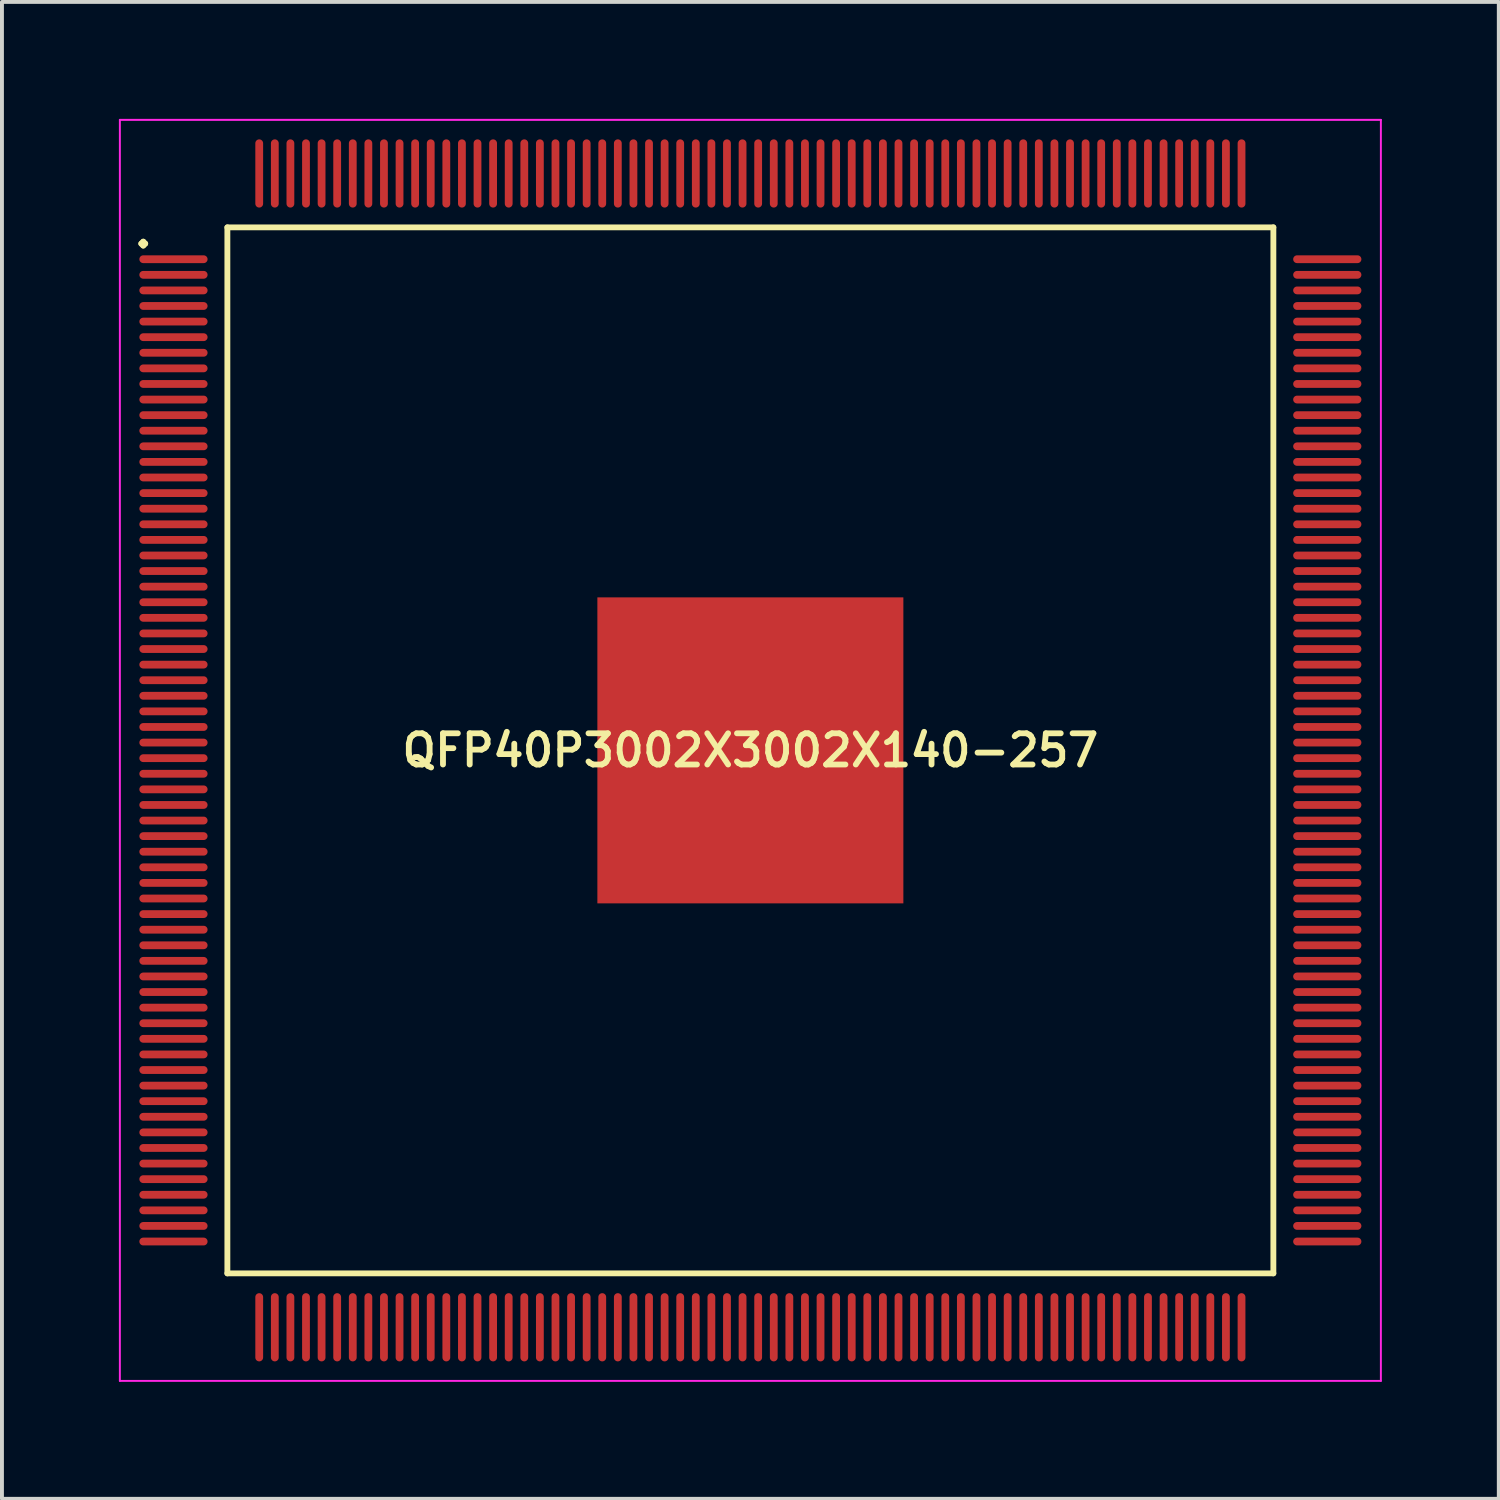
<source format=kicad_pcb>
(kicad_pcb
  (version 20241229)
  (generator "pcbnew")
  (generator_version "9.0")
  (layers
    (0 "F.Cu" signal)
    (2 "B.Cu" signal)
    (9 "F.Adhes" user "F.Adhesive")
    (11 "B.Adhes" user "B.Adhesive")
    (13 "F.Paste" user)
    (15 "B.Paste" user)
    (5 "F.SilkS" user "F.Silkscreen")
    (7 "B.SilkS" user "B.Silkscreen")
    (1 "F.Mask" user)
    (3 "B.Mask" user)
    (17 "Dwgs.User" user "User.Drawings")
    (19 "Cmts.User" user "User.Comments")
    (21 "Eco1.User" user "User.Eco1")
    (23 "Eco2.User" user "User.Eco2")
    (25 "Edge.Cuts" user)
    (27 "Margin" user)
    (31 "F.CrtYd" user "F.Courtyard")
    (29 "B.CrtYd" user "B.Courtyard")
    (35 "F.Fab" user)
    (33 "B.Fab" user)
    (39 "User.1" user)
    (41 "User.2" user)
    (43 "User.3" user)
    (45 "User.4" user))
  (footprint "QFP40P3002X3002X140-257"
    (layer "F.Cu")
    (at 16.2 16.2)
    (property "Reference" "QFP40P3002X3002X140-257" (at 0 0 0) (layer "F.SilkS") (effects (font (size 0.8 0.8) (thickness 0.15))))
    (attr smd)
    (fp_line (start -15.625 -13) (end -15.575 -13.05) (stroke (width 0.15) (type solid)) (layer "F.SilkS"))
    (fp_line (start -15.575 -13.05) (end -15.525 -13) (stroke (width 0.15) (type solid)) (layer "F.SilkS"))
    (fp_line (start -15.575 -12.95) (end -15.625 -13) (stroke (width 0.15) (type solid)) (layer "F.SilkS"))
    (fp_line (start -15.525 -13) (end -15.575 -12.95) (stroke (width 0.15) (type solid)) (layer "F.SilkS"))
    (fp_line (start -13.417 -13.417) (end -13.417 13.417) (stroke (width 0.15) (type solid)) (layer "F.SilkS"))
    (fp_line (start -13.417 13.417) (end 13.417 13.417) (stroke (width 0.15) (type solid)) (layer "F.SilkS"))
    (fp_line (start 13.417 -13.417) (end -13.417 -13.417) (stroke (width 0.15) (type solid)) (layer "F.SilkS"))
    (fp_line (start 13.417 13.417) (end 13.417 -13.417) (stroke (width 0.15) (type solid)) (layer "F.SilkS"))
    (fp_line (start -16.175 -16.175) (end 16.175 -16.175) (stroke (width 0.05) (type solid)) (layer "F.CrtYd"))
    (fp_line (start -16.175 16.175) (end -16.175 -16.175) (stroke (width 0.05) (type solid)) (layer "F.CrtYd"))
    (fp_line (start 16.175 -16.175) (end 16.175 16.175) (stroke (width 0.05) (type solid)) (layer "F.CrtYd"))
    (fp_line (start 16.175 16.175) (end -16.175 16.175) (stroke (width 0.05) (type solid)) (layer "F.CrtYd"))
    (pad "1" smd oval (at -14.8 -12.6) (size 1.75 0.2) (layers "F.Cu" "F.Mask" "F.Paste"))
    (pad "2" smd oval (at -14.8 -12.2) (size 1.75 0.2) (layers "F.Cu" "F.Mask" "F.Paste"))
    (pad "3" smd oval (at -14.8 -11.8) (size 1.75 0.2) (layers "F.Cu" "F.Mask" "F.Paste"))
    (pad "4" smd oval (at -14.8 -11.4) (size 1.75 0.2) (layers "F.Cu" "F.Mask" "F.Paste"))
    (pad "5" smd oval (at -14.8 -11) (size 1.75 0.2) (layers "F.Cu" "F.Mask" "F.Paste"))
    (pad "6" smd oval (at -14.8 -10.6) (size 1.75 0.2) (layers "F.Cu" "F.Mask" "F.Paste"))
    (pad "7" smd oval (at -14.8 -10.2) (size 1.75 0.2) (layers "F.Cu" "F.Mask" "F.Paste"))
    (pad "8" smd oval (at -14.8 -9.8) (size 1.75 0.2) (layers "F.Cu" "F.Mask" "F.Paste"))
    (pad "9" smd oval (at -14.8 -9.4) (size 1.75 0.2) (layers "F.Cu" "F.Mask" "F.Paste"))
    (pad "10" smd oval (at -14.8 -9) (size 1.75 0.2) (layers "F.Cu" "F.Mask" "F.Paste"))
    (pad "11" smd oval (at -14.8 -8.6) (size 1.75 0.2) (layers "F.Cu" "F.Mask" "F.Paste"))
    (pad "12" smd oval (at -14.8 -8.2) (size 1.75 0.2) (layers "F.Cu" "F.Mask" "F.Paste"))
    (pad "13" smd oval (at -14.8 -7.8) (size 1.75 0.2) (layers "F.Cu" "F.Mask" "F.Paste"))
    (pad "14" smd oval (at -14.8 -7.4) (size 1.75 0.2) (layers "F.Cu" "F.Mask" "F.Paste"))
    (pad "15" smd oval (at -14.8 -7) (size 1.75 0.2) (layers "F.Cu" "F.Mask" "F.Paste"))
    (pad "16" smd oval (at -14.8 -6.6) (size 1.75 0.2) (layers "F.Cu" "F.Mask" "F.Paste"))
    (pad "17" smd oval (at -14.8 -6.2) (size 1.75 0.2) (layers "F.Cu" "F.Mask" "F.Paste"))
    (pad "18" smd oval (at -14.8 -5.8) (size 1.75 0.2) (layers "F.Cu" "F.Mask" "F.Paste"))
    (pad "19" smd oval (at -14.8 -5.4) (size 1.75 0.2) (layers "F.Cu" "F.Mask" "F.Paste"))
    (pad "20" smd oval (at -14.8 -5) (size 1.75 0.2) (layers "F.Cu" "F.Mask" "F.Paste"))
    (pad "21" smd oval (at -14.8 -4.6) (size 1.75 0.2) (layers "F.Cu" "F.Mask" "F.Paste"))
    (pad "22" smd oval (at -14.8 -4.2) (size 1.75 0.2) (layers "F.Cu" "F.Mask" "F.Paste"))
    (pad "23" smd oval (at -14.8 -3.8) (size 1.75 0.2) (layers "F.Cu" "F.Mask" "F.Paste"))
    (pad "24" smd oval (at -14.8 -3.4) (size 1.75 0.2) (layers "F.Cu" "F.Mask" "F.Paste"))
    (pad "25" smd oval (at -14.8 -3) (size 1.75 0.2) (layers "F.Cu" "F.Mask" "F.Paste"))
    (pad "26" smd oval (at -14.8 -2.6) (size 1.75 0.2) (layers "F.Cu" "F.Mask" "F.Paste"))
    (pad "27" smd oval (at -14.8 -2.2) (size 1.75 0.2) (layers "F.Cu" "F.Mask" "F.Paste"))
    (pad "28" smd oval (at -14.8 -1.8) (size 1.75 0.2) (layers "F.Cu" "F.Mask" "F.Paste"))
    (pad "29" smd oval (at -14.8 -1.4) (size 1.75 0.2) (layers "F.Cu" "F.Mask" "F.Paste"))
    (pad "30" smd oval (at -14.8 -1) (size 1.75 0.2) (layers "F.Cu" "F.Mask" "F.Paste"))
    (pad "31" smd oval (at -14.8 -0.6) (size 1.75 0.2) (layers "F.Cu" "F.Mask" "F.Paste"))
    (pad "32" smd oval (at -14.8 -0.2) (size 1.75 0.2) (layers "F.Cu" "F.Mask" "F.Paste"))
    (pad "33" smd oval (at -14.8 0.2) (size 1.75 0.2) (layers "F.Cu" "F.Mask" "F.Paste"))
    (pad "34" smd oval (at -14.8 0.6) (size 1.75 0.2) (layers "F.Cu" "F.Mask" "F.Paste"))
    (pad "35" smd oval (at -14.8 1) (size 1.75 0.2) (layers "F.Cu" "F.Mask" "F.Paste"))
    (pad "36" smd oval (at -14.8 1.4) (size 1.75 0.2) (layers "F.Cu" "F.Mask" "F.Paste"))
    (pad "37" smd oval (at -14.8 1.8) (size 1.75 0.2) (layers "F.Cu" "F.Mask" "F.Paste"))
    (pad "38" smd oval (at -14.8 2.2) (size 1.75 0.2) (layers "F.Cu" "F.Mask" "F.Paste"))
    (pad "39" smd oval (at -14.8 2.6) (size 1.75 0.2) (layers "F.Cu" "F.Mask" "F.Paste"))
    (pad "40" smd oval (at -14.8 3) (size 1.75 0.2) (layers "F.Cu" "F.Mask" "F.Paste"))
    (pad "41" smd oval (at -14.8 3.4) (size 1.75 0.2) (layers "F.Cu" "F.Mask" "F.Paste"))
    (pad "42" smd oval (at -14.8 3.8) (size 1.75 0.2) (layers "F.Cu" "F.Mask" "F.Paste"))
    (pad "43" smd oval (at -14.8 4.2) (size 1.75 0.2) (layers "F.Cu" "F.Mask" "F.Paste"))
    (pad "44" smd oval (at -14.8 4.6) (size 1.75 0.2) (layers "F.Cu" "F.Mask" "F.Paste"))
    (pad "45" smd oval (at -14.8 5) (size 1.75 0.2) (layers "F.Cu" "F.Mask" "F.Paste"))
    (pad "46" smd oval (at -14.8 5.4) (size 1.75 0.2) (layers "F.Cu" "F.Mask" "F.Paste"))
    (pad "47" smd oval (at -14.8 5.8) (size 1.75 0.2) (layers "F.Cu" "F.Mask" "F.Paste"))
    (pad "48" smd oval (at -14.8 6.2) (size 1.75 0.2) (layers "F.Cu" "F.Mask" "F.Paste"))
    (pad "49" smd oval (at -14.8 6.6) (size 1.75 0.2) (layers "F.Cu" "F.Mask" "F.Paste"))
    (pad "50" smd oval (at -14.8 7) (size 1.75 0.2) (layers "F.Cu" "F.Mask" "F.Paste"))
    (pad "51" smd oval (at -14.8 7.4) (size 1.75 0.2) (layers "F.Cu" "F.Mask" "F.Paste"))
    (pad "52" smd oval (at -14.8 7.8) (size 1.75 0.2) (layers "F.Cu" "F.Mask" "F.Paste"))
    (pad "53" smd oval (at -14.8 8.2) (size 1.75 0.2) (layers "F.Cu" "F.Mask" "F.Paste"))
    (pad "54" smd oval (at -14.8 8.6) (size 1.75 0.2) (layers "F.Cu" "F.Mask" "F.Paste"))
    (pad "55" smd oval (at -14.8 9) (size 1.75 0.2) (layers "F.Cu" "F.Mask" "F.Paste"))
    (pad "56" smd oval (at -14.8 9.4) (size 1.75 0.2) (layers "F.Cu" "F.Mask" "F.Paste"))
    (pad "57" smd oval (at -14.8 9.8) (size 1.75 0.2) (layers "F.Cu" "F.Mask" "F.Paste"))
    (pad "58" smd oval (at -14.8 10.2) (size 1.75 0.2) (layers "F.Cu" "F.Mask" "F.Paste"))
    (pad "59" smd oval (at -14.8 10.6) (size 1.75 0.2) (layers "F.Cu" "F.Mask" "F.Paste"))
    (pad "60" smd oval (at -14.8 11) (size 1.75 0.2) (layers "F.Cu" "F.Mask" "F.Paste"))
    (pad "61" smd oval (at -14.8 11.4) (size 1.75 0.2) (layers "F.Cu" "F.Mask" "F.Paste"))
    (pad "62" smd oval (at -14.8 11.8) (size 1.75 0.2) (layers "F.Cu" "F.Mask" "F.Paste"))
    (pad "63" smd oval (at -14.8 12.2) (size 1.75 0.2) (layers "F.Cu" "F.Mask" "F.Paste"))
    (pad "64" smd oval (at -14.8 12.6) (size 1.75 0.2) (layers "F.Cu" "F.Mask" "F.Paste"))
    (pad "65" smd oval (at -12.6 14.8) (size 0.2 1.75) (layers "F.Cu" "F.Mask" "F.Paste"))
    (pad "66" smd oval (at -12.2 14.8) (size 0.2 1.75) (layers "F.Cu" "F.Mask" "F.Paste"))
    (pad "67" smd oval (at -11.8 14.8) (size 0.2 1.75) (layers "F.Cu" "F.Mask" "F.Paste"))
    (pad "68" smd oval (at -11.4 14.8) (size 0.2 1.75) (layers "F.Cu" "F.Mask" "F.Paste"))
    (pad "69" smd oval (at -11 14.8) (size 0.2 1.75) (layers "F.Cu" "F.Mask" "F.Paste"))
    (pad "70" smd oval (at -10.6 14.8) (size 0.2 1.75) (layers "F.Cu" "F.Mask" "F.Paste"))
    (pad "71" smd oval (at -10.2 14.8) (size 0.2 1.75) (layers "F.Cu" "F.Mask" "F.Paste"))
    (pad "72" smd oval (at -9.8 14.8) (size 0.2 1.75) (layers "F.Cu" "F.Mask" "F.Paste"))
    (pad "73" smd oval (at -9.4 14.8) (size 0.2 1.75) (layers "F.Cu" "F.Mask" "F.Paste"))
    (pad "74" smd oval (at -9 14.8) (size 0.2 1.75) (layers "F.Cu" "F.Mask" "F.Paste"))
    (pad "75" smd oval (at -8.6 14.8) (size 0.2 1.75) (layers "F.Cu" "F.Mask" "F.Paste"))
    (pad "76" smd oval (at -8.2 14.8) (size 0.2 1.75) (layers "F.Cu" "F.Mask" "F.Paste"))
    (pad "77" smd oval (at -7.8 14.8) (size 0.2 1.75) (layers "F.Cu" "F.Mask" "F.Paste"))
    (pad "78" smd oval (at -7.4 14.8) (size 0.2 1.75) (layers "F.Cu" "F.Mask" "F.Paste"))
    (pad "79" smd oval (at -7 14.8) (size 0.2 1.75) (layers "F.Cu" "F.Mask" "F.Paste"))
    (pad "80" smd oval (at -6.6 14.8) (size 0.2 1.75) (layers "F.Cu" "F.Mask" "F.Paste"))
    (pad "81" smd oval (at -6.2 14.8) (size 0.2 1.75) (layers "F.Cu" "F.Mask" "F.Paste"))
    (pad "82" smd oval (at -5.8 14.8) (size 0.2 1.75) (layers "F.Cu" "F.Mask" "F.Paste"))
    (pad "83" smd oval (at -5.4 14.8) (size 0.2 1.75) (layers "F.Cu" "F.Mask" "F.Paste"))
    (pad "84" smd oval (at -5 14.8) (size 0.2 1.75) (layers "F.Cu" "F.Mask" "F.Paste"))
    (pad "85" smd oval (at -4.6 14.8) (size 0.2 1.75) (layers "F.Cu" "F.Mask" "F.Paste"))
    (pad "86" smd oval (at -4.2 14.8) (size 0.2 1.75) (layers "F.Cu" "F.Mask" "F.Paste"))
    (pad "87" smd oval (at -3.8 14.8) (size 0.2 1.75) (layers "F.Cu" "F.Mask" "F.Paste"))
    (pad "88" smd oval (at -3.4 14.8) (size 0.2 1.75) (layers "F.Cu" "F.Mask" "F.Paste"))
    (pad "89" smd oval (at -3 14.8) (size 0.2 1.75) (layers "F.Cu" "F.Mask" "F.Paste"))
    (pad "90" smd oval (at -2.6 14.8) (size 0.2 1.75) (layers "F.Cu" "F.Mask" "F.Paste"))
    (pad "91" smd oval (at -2.2 14.8) (size 0.2 1.75) (layers "F.Cu" "F.Mask" "F.Paste"))
    (pad "92" smd oval (at -1.8 14.8) (size 0.2 1.75) (layers "F.Cu" "F.Mask" "F.Paste"))
    (pad "93" smd oval (at -1.4 14.8) (size 0.2 1.75) (layers "F.Cu" "F.Mask" "F.Paste"))
    (pad "94" smd oval (at -1 14.8) (size 0.2 1.75) (layers "F.Cu" "F.Mask" "F.Paste"))
    (pad "95" smd oval (at -0.6 14.8) (size 0.2 1.75) (layers "F.Cu" "F.Mask" "F.Paste"))
    (pad "96" smd oval (at -0.2 14.8) (size 0.2 1.75) (layers "F.Cu" "F.Mask" "F.Paste"))
    (pad "97" smd oval (at 0.2 14.8) (size 0.2 1.75) (layers "F.Cu" "F.Mask" "F.Paste"))
    (pad "98" smd oval (at 0.6 14.8) (size 0.2 1.75) (layers "F.Cu" "F.Mask" "F.Paste"))
    (pad "99" smd oval (at 1 14.8) (size 0.2 1.75) (layers "F.Cu" "F.Mask" "F.Paste"))
    (pad "100" smd oval (at 1.4 14.8) (size 0.2 1.75) (layers "F.Cu" "F.Mask" "F.Paste"))
    (pad "101" smd oval (at 1.8 14.8) (size 0.2 1.75) (layers "F.Cu" "F.Mask" "F.Paste"))
    (pad "102" smd oval (at 2.2 14.8) (size 0.2 1.75) (layers "F.Cu" "F.Mask" "F.Paste"))
    (pad "103" smd oval (at 2.6 14.8) (size 0.2 1.75) (layers "F.Cu" "F.Mask" "F.Paste"))
    (pad "104" smd oval (at 3 14.8) (size 0.2 1.75) (layers "F.Cu" "F.Mask" "F.Paste"))
    (pad "105" smd oval (at 3.4 14.8) (size 0.2 1.75) (layers "F.Cu" "F.Mask" "F.Paste"))
    (pad "106" smd oval (at 3.8 14.8) (size 0.2 1.75) (layers "F.Cu" "F.Mask" "F.Paste"))
    (pad "107" smd oval (at 4.2 14.8) (size 0.2 1.75) (layers "F.Cu" "F.Mask" "F.Paste"))
    (pad "108" smd oval (at 4.6 14.8) (size 0.2 1.75) (layers "F.Cu" "F.Mask" "F.Paste"))
    (pad "109" smd oval (at 5 14.8) (size 0.2 1.75) (layers "F.Cu" "F.Mask" "F.Paste"))
    (pad "110" smd oval (at 5.4 14.8) (size 0.2 1.75) (layers "F.Cu" "F.Mask" "F.Paste"))
    (pad "111" smd oval (at 5.8 14.8) (size 0.2 1.75) (layers "F.Cu" "F.Mask" "F.Paste"))
    (pad "112" smd oval (at 6.2 14.8) (size 0.2 1.75) (layers "F.Cu" "F.Mask" "F.Paste"))
    (pad "113" smd oval (at 6.6 14.8) (size 0.2 1.75) (layers "F.Cu" "F.Mask" "F.Paste"))
    (pad "114" smd oval (at 7 14.8) (size 0.2 1.75) (layers "F.Cu" "F.Mask" "F.Paste"))
    (pad "115" smd oval (at 7.4 14.8) (size 0.2 1.75) (layers "F.Cu" "F.Mask" "F.Paste"))
    (pad "116" smd oval (at 7.8 14.8) (size 0.2 1.75) (layers "F.Cu" "F.Mask" "F.Paste"))
    (pad "117" smd oval (at 8.2 14.8) (size 0.2 1.75) (layers "F.Cu" "F.Mask" "F.Paste"))
    (pad "118" smd oval (at 8.6 14.8) (size 0.2 1.75) (layers "F.Cu" "F.Mask" "F.Paste"))
    (pad "119" smd oval (at 9 14.8) (size 0.2 1.75) (layers "F.Cu" "F.Mask" "F.Paste"))
    (pad "120" smd oval (at 9.4 14.8) (size 0.2 1.75) (layers "F.Cu" "F.Mask" "F.Paste"))
    (pad "121" smd oval (at 9.8 14.8) (size 0.2 1.75) (layers "F.Cu" "F.Mask" "F.Paste"))
    (pad "122" smd oval (at 10.2 14.8) (size 0.2 1.75) (layers "F.Cu" "F.Mask" "F.Paste"))
    (pad "123" smd oval (at 10.6 14.8) (size 0.2 1.75) (layers "F.Cu" "F.Mask" "F.Paste"))
    (pad "124" smd oval (at 11 14.8) (size 0.2 1.75) (layers "F.Cu" "F.Mask" "F.Paste"))
    (pad "125" smd oval (at 11.4 14.8) (size 0.2 1.75) (layers "F.Cu" "F.Mask" "F.Paste"))
    (pad "126" smd oval (at 11.8 14.8) (size 0.2 1.75) (layers "F.Cu" "F.Mask" "F.Paste"))
    (pad "127" smd oval (at 12.2 14.8) (size 0.2 1.75) (layers "F.Cu" "F.Mask" "F.Paste"))
    (pad "128" smd oval (at 12.6 14.8) (size 0.2 1.75) (layers "F.Cu" "F.Mask" "F.Paste"))
    (pad "129" smd oval (at 14.8 12.6) (size 1.75 0.2) (layers "F.Cu" "F.Mask" "F.Paste"))
    (pad "130" smd oval (at 14.8 12.2) (size 1.75 0.2) (layers "F.Cu" "F.Mask" "F.Paste"))
    (pad "131" smd oval (at 14.8 11.8) (size 1.75 0.2) (layers "F.Cu" "F.Mask" "F.Paste"))
    (pad "132" smd oval (at 14.8 11.4) (size 1.75 0.2) (layers "F.Cu" "F.Mask" "F.Paste"))
    (pad "133" smd oval (at 14.8 11) (size 1.75 0.2) (layers "F.Cu" "F.Mask" "F.Paste"))
    (pad "134" smd oval (at 14.8 10.6) (size 1.75 0.2) (layers "F.Cu" "F.Mask" "F.Paste"))
    (pad "135" smd oval (at 14.8 10.2) (size 1.75 0.2) (layers "F.Cu" "F.Mask" "F.Paste"))
    (pad "136" smd oval (at 14.8 9.8) (size 1.75 0.2) (layers "F.Cu" "F.Mask" "F.Paste"))
    (pad "137" smd oval (at 14.8 9.4) (size 1.75 0.2) (layers "F.Cu" "F.Mask" "F.Paste"))
    (pad "138" smd oval (at 14.8 9) (size 1.75 0.2) (layers "F.Cu" "F.Mask" "F.Paste"))
    (pad "139" smd oval (at 14.8 8.6) (size 1.75 0.2) (layers "F.Cu" "F.Mask" "F.Paste"))
    (pad "140" smd oval (at 14.8 8.2) (size 1.75 0.2) (layers "F.Cu" "F.Mask" "F.Paste"))
    (pad "141" smd oval (at 14.8 7.8) (size 1.75 0.2) (layers "F.Cu" "F.Mask" "F.Paste"))
    (pad "142" smd oval (at 14.8 7.4) (size 1.75 0.2) (layers "F.Cu" "F.Mask" "F.Paste"))
    (pad "143" smd oval (at 14.8 7) (size 1.75 0.2) (layers "F.Cu" "F.Mask" "F.Paste"))
    (pad "144" smd oval (at 14.8 6.6) (size 1.75 0.2) (layers "F.Cu" "F.Mask" "F.Paste"))
    (pad "145" smd oval (at 14.8 6.2) (size 1.75 0.2) (layers "F.Cu" "F.Mask" "F.Paste"))
    (pad "146" smd oval (at 14.8 5.8) (size 1.75 0.2) (layers "F.Cu" "F.Mask" "F.Paste"))
    (pad "147" smd oval (at 14.8 5.4) (size 1.75 0.2) (layers "F.Cu" "F.Mask" "F.Paste"))
    (pad "148" smd oval (at 14.8 5) (size 1.75 0.2) (layers "F.Cu" "F.Mask" "F.Paste"))
    (pad "149" smd oval (at 14.8 4.6) (size 1.75 0.2) (layers "F.Cu" "F.Mask" "F.Paste"))
    (pad "150" smd oval (at 14.8 4.2) (size 1.75 0.2) (layers "F.Cu" "F.Mask" "F.Paste"))
    (pad "151" smd oval (at 14.8 3.8) (size 1.75 0.2) (layers "F.Cu" "F.Mask" "F.Paste"))
    (pad "152" smd oval (at 14.8 3.4) (size 1.75 0.2) (layers "F.Cu" "F.Mask" "F.Paste"))
    (pad "153" smd oval (at 14.8 3) (size 1.75 0.2) (layers "F.Cu" "F.Mask" "F.Paste"))
    (pad "154" smd oval (at 14.8 2.6) (size 1.75 0.2) (layers "F.Cu" "F.Mask" "F.Paste"))
    (pad "155" smd oval (at 14.8 2.2) (size 1.75 0.2) (layers "F.Cu" "F.Mask" "F.Paste"))
    (pad "156" smd oval (at 14.8 1.8) (size 1.75 0.2) (layers "F.Cu" "F.Mask" "F.Paste"))
    (pad "157" smd oval (at 14.8 1.4) (size 1.75 0.2) (layers "F.Cu" "F.Mask" "F.Paste"))
    (pad "158" smd oval (at 14.8 1) (size 1.75 0.2) (layers "F.Cu" "F.Mask" "F.Paste"))
    (pad "159" smd oval (at 14.8 0.6) (size 1.75 0.2) (layers "F.Cu" "F.Mask" "F.Paste"))
    (pad "160" smd oval (at 14.8 0.2) (size 1.75 0.2) (layers "F.Cu" "F.Mask" "F.Paste"))
    (pad "161" smd oval (at 14.8 -0.2) (size 1.75 0.2) (layers "F.Cu" "F.Mask" "F.Paste"))
    (pad "162" smd oval (at 14.8 -0.6) (size 1.75 0.2) (layers "F.Cu" "F.Mask" "F.Paste"))
    (pad "163" smd oval (at 14.8 -1) (size 1.75 0.2) (layers "F.Cu" "F.Mask" "F.Paste"))
    (pad "164" smd oval (at 14.8 -1.4) (size 1.75 0.2) (layers "F.Cu" "F.Mask" "F.Paste"))
    (pad "165" smd oval (at 14.8 -1.8) (size 1.75 0.2) (layers "F.Cu" "F.Mask" "F.Paste"))
    (pad "166" smd oval (at 14.8 -2.2) (size 1.75 0.2) (layers "F.Cu" "F.Mask" "F.Paste"))
    (pad "167" smd oval (at 14.8 -2.6) (size 1.75 0.2) (layers "F.Cu" "F.Mask" "F.Paste"))
    (pad "168" smd oval (at 14.8 -3) (size 1.75 0.2) (layers "F.Cu" "F.Mask" "F.Paste"))
    (pad "169" smd oval (at 14.8 -3.4) (size 1.75 0.2) (layers "F.Cu" "F.Mask" "F.Paste"))
    (pad "170" smd oval (at 14.8 -3.8) (size 1.75 0.2) (layers "F.Cu" "F.Mask" "F.Paste"))
    (pad "171" smd oval (at 14.8 -4.2) (size 1.75 0.2) (layers "F.Cu" "F.Mask" "F.Paste"))
    (pad "172" smd oval (at 14.8 -4.6) (size 1.75 0.2) (layers "F.Cu" "F.Mask" "F.Paste"))
    (pad "173" smd oval (at 14.8 -5) (size 1.75 0.2) (layers "F.Cu" "F.Mask" "F.Paste"))
    (pad "174" smd oval (at 14.8 -5.4) (size 1.75 0.2) (layers "F.Cu" "F.Mask" "F.Paste"))
    (pad "175" smd oval (at 14.8 -5.8) (size 1.75 0.2) (layers "F.Cu" "F.Mask" "F.Paste"))
    (pad "176" smd oval (at 14.8 -6.2) (size 1.75 0.2) (layers "F.Cu" "F.Mask" "F.Paste"))
    (pad "177" smd oval (at 14.8 -6.6) (size 1.75 0.2) (layers "F.Cu" "F.Mask" "F.Paste"))
    (pad "178" smd oval (at 14.8 -7) (size 1.75 0.2) (layers "F.Cu" "F.Mask" "F.Paste"))
    (pad "179" smd oval (at 14.8 -7.4) (size 1.75 0.2) (layers "F.Cu" "F.Mask" "F.Paste"))
    (pad "180" smd oval (at 14.8 -7.8) (size 1.75 0.2) (layers "F.Cu" "F.Mask" "F.Paste"))
    (pad "181" smd oval (at 14.8 -8.2) (size 1.75 0.2) (layers "F.Cu" "F.Mask" "F.Paste"))
    (pad "182" smd oval (at 14.8 -8.6) (size 1.75 0.2) (layers "F.Cu" "F.Mask" "F.Paste"))
    (pad "183" smd oval (at 14.8 -9) (size 1.75 0.2) (layers "F.Cu" "F.Mask" "F.Paste"))
    (pad "184" smd oval (at 14.8 -9.4) (size 1.75 0.2) (layers "F.Cu" "F.Mask" "F.Paste"))
    (pad "185" smd oval (at 14.8 -9.8) (size 1.75 0.2) (layers "F.Cu" "F.Mask" "F.Paste"))
    (pad "186" smd oval (at 14.8 -10.2) (size 1.75 0.2) (layers "F.Cu" "F.Mask" "F.Paste"))
    (pad "187" smd oval (at 14.8 -10.6) (size 1.75 0.2) (layers "F.Cu" "F.Mask" "F.Paste"))
    (pad "188" smd oval (at 14.8 -11) (size 1.75 0.2) (layers "F.Cu" "F.Mask" "F.Paste"))
    (pad "189" smd oval (at 14.8 -11.4) (size 1.75 0.2) (layers "F.Cu" "F.Mask" "F.Paste"))
    (pad "190" smd oval (at 14.8 -11.8) (size 1.75 0.2) (layers "F.Cu" "F.Mask" "F.Paste"))
    (pad "191" smd oval (at 14.8 -12.2) (size 1.75 0.2) (layers "F.Cu" "F.Mask" "F.Paste"))
    (pad "192" smd oval (at 14.8 -12.6) (size 1.75 0.2) (layers "F.Cu" "F.Mask" "F.Paste"))
    (pad "193" smd oval (at 12.6 -14.8) (size 0.2 1.75) (layers "F.Cu" "F.Mask" "F.Paste"))
    (pad "194" smd oval (at 12.2 -14.8) (size 0.2 1.75) (layers "F.Cu" "F.Mask" "F.Paste"))
    (pad "195" smd oval (at 11.8 -14.8) (size 0.2 1.75) (layers "F.Cu" "F.Mask" "F.Paste"))
    (pad "196" smd oval (at 11.4 -14.8) (size 0.2 1.75) (layers "F.Cu" "F.Mask" "F.Paste"))
    (pad "197" smd oval (at 11 -14.8) (size 0.2 1.75) (layers "F.Cu" "F.Mask" "F.Paste"))
    (pad "198" smd oval (at 10.6 -14.8) (size 0.2 1.75) (layers "F.Cu" "F.Mask" "F.Paste"))
    (pad "199" smd oval (at 10.2 -14.8) (size 0.2 1.75) (layers "F.Cu" "F.Mask" "F.Paste"))
    (pad "200" smd oval (at 9.8 -14.8) (size 0.2 1.75) (layers "F.Cu" "F.Mask" "F.Paste"))
    (pad "201" smd oval (at 9.4 -14.8) (size 0.2 1.75) (layers "F.Cu" "F.Mask" "F.Paste"))
    (pad "202" smd oval (at 9 -14.8) (size 0.2 1.75) (layers "F.Cu" "F.Mask" "F.Paste"))
    (pad "203" smd oval (at 8.6 -14.8) (size 0.2 1.75) (layers "F.Cu" "F.Mask" "F.Paste"))
    (pad "204" smd oval (at 8.2 -14.8) (size 0.2 1.75) (layers "F.Cu" "F.Mask" "F.Paste"))
    (pad "205" smd oval (at 7.8 -14.8) (size 0.2 1.75) (layers "F.Cu" "F.Mask" "F.Paste"))
    (pad "206" smd oval (at 7.4 -14.8) (size 0.2 1.75) (layers "F.Cu" "F.Mask" "F.Paste"))
    (pad "207" smd oval (at 7 -14.8) (size 0.2 1.75) (layers "F.Cu" "F.Mask" "F.Paste"))
    (pad "208" smd oval (at 6.6 -14.8) (size 0.2 1.75) (layers "F.Cu" "F.Mask" "F.Paste"))
    (pad "209" smd oval (at 6.2 -14.8) (size 0.2 1.75) (layers "F.Cu" "F.Mask" "F.Paste"))
    (pad "210" smd oval (at 5.8 -14.8) (size 0.2 1.75) (layers "F.Cu" "F.Mask" "F.Paste"))
    (pad "211" smd oval (at 5.4 -14.8) (size 0.2 1.75) (layers "F.Cu" "F.Mask" "F.Paste"))
    (pad "212" smd oval (at 5 -14.8) (size 0.2 1.75) (layers "F.Cu" "F.Mask" "F.Paste"))
    (pad "213" smd oval (at 4.6 -14.8) (size 0.2 1.75) (layers "F.Cu" "F.Mask" "F.Paste"))
    (pad "214" smd oval (at 4.2 -14.8) (size 0.2 1.75) (layers "F.Cu" "F.Mask" "F.Paste"))
    (pad "215" smd oval (at 3.8 -14.8) (size 0.2 1.75) (layers "F.Cu" "F.Mask" "F.Paste"))
    (pad "216" smd oval (at 3.4 -14.8) (size 0.2 1.75) (layers "F.Cu" "F.Mask" "F.Paste"))
    (pad "217" smd oval (at 3 -14.8) (size 0.2 1.75) (layers "F.Cu" "F.Mask" "F.Paste"))
    (pad "218" smd oval (at 2.6 -14.8) (size 0.2 1.75) (layers "F.Cu" "F.Mask" "F.Paste"))
    (pad "219" smd oval (at 2.2 -14.8) (size 0.2 1.75) (layers "F.Cu" "F.Mask" "F.Paste"))
    (pad "220" smd oval (at 1.8 -14.8) (size 0.2 1.75) (layers "F.Cu" "F.Mask" "F.Paste"))
    (pad "221" smd oval (at 1.4 -14.8) (size 0.2 1.75) (layers "F.Cu" "F.Mask" "F.Paste"))
    (pad "222" smd oval (at 1 -14.8) (size 0.2 1.75) (layers "F.Cu" "F.Mask" "F.Paste"))
    (pad "223" smd oval (at 0.6 -14.8) (size 0.2 1.75) (layers "F.Cu" "F.Mask" "F.Paste"))
    (pad "224" smd oval (at 0.2 -14.8) (size 0.2 1.75) (layers "F.Cu" "F.Mask" "F.Paste"))
    (pad "225" smd oval (at -0.2 -14.8) (size 0.2 1.75) (layers "F.Cu" "F.Mask" "F.Paste"))
    (pad "226" smd oval (at -0.6 -14.8) (size 0.2 1.75) (layers "F.Cu" "F.Mask" "F.Paste"))
    (pad "227" smd oval (at -1 -14.8) (size 0.2 1.75) (layers "F.Cu" "F.Mask" "F.Paste"))
    (pad "228" smd oval (at -1.4 -14.8) (size 0.2 1.75) (layers "F.Cu" "F.Mask" "F.Paste"))
    (pad "229" smd oval (at -1.8 -14.8) (size 0.2 1.75) (layers "F.Cu" "F.Mask" "F.Paste"))
    (pad "230" smd oval (at -2.2 -14.8) (size 0.2 1.75) (layers "F.Cu" "F.Mask" "F.Paste"))
    (pad "231" smd oval (at -2.6 -14.8) (size 0.2 1.75) (layers "F.Cu" "F.Mask" "F.Paste"))
    (pad "232" smd oval (at -3 -14.8) (size 0.2 1.75) (layers "F.Cu" "F.Mask" "F.Paste"))
    (pad "233" smd oval (at -3.4 -14.8) (size 0.2 1.75) (layers "F.Cu" "F.Mask" "F.Paste"))
    (pad "234" smd oval (at -3.8 -14.8) (size 0.2 1.75) (layers "F.Cu" "F.Mask" "F.Paste"))
    (pad "235" smd oval (at -4.2 -14.8) (size 0.2 1.75) (layers "F.Cu" "F.Mask" "F.Paste"))
    (pad "236" smd oval (at -4.6 -14.8) (size 0.2 1.75) (layers "F.Cu" "F.Mask" "F.Paste"))
    (pad "237" smd oval (at -5 -14.8) (size 0.2 1.75) (layers "F.Cu" "F.Mask" "F.Paste"))
    (pad "238" smd oval (at -5.4 -14.8) (size 0.2 1.75) (layers "F.Cu" "F.Mask" "F.Paste"))
    (pad "239" smd oval (at -5.8 -14.8) (size 0.2 1.75) (layers "F.Cu" "F.Mask" "F.Paste"))
    (pad "240" smd oval (at -6.2 -14.8) (size 0.2 1.75) (layers "F.Cu" "F.Mask" "F.Paste"))
    (pad "241" smd oval (at -6.6 -14.8) (size 0.2 1.75) (layers "F.Cu" "F.Mask" "F.Paste"))
    (pad "242" smd oval (at -7 -14.8) (size 0.2 1.75) (layers "F.Cu" "F.Mask" "F.Paste"))
    (pad "243" smd oval (at -7.4 -14.8) (size 0.2 1.75) (layers "F.Cu" "F.Mask" "F.Paste"))
    (pad "244" smd oval (at -7.8 -14.8) (size 0.2 1.75) (layers "F.Cu" "F.Mask" "F.Paste"))
    (pad "245" smd oval (at -8.2 -14.8) (size 0.2 1.75) (layers "F.Cu" "F.Mask" "F.Paste"))
    (pad "246" smd oval (at -8.6 -14.8) (size 0.2 1.75) (layers "F.Cu" "F.Mask" "F.Paste"))
    (pad "247" smd oval (at -9 -14.8) (size 0.2 1.75) (layers "F.Cu" "F.Mask" "F.Paste"))
    (pad "248" smd oval (at -9.4 -14.8) (size 0.2 1.75) (layers "F.Cu" "F.Mask" "F.Paste"))
    (pad "249" smd oval (at -9.8 -14.8) (size 0.2 1.75) (layers "F.Cu" "F.Mask" "F.Paste"))
    (pad "250" smd oval (at -10.2 -14.8) (size 0.2 1.75) (layers "F.Cu" "F.Mask" "F.Paste"))
    (pad "251" smd oval (at -10.6 -14.8) (size 0.2 1.75) (layers "F.Cu" "F.Mask" "F.Paste"))
    (pad "252" smd oval (at -11 -14.8) (size 0.2 1.75) (layers "F.Cu" "F.Mask" "F.Paste"))
    (pad "253" smd oval (at -11.4 -14.8) (size 0.2 1.75) (layers "F.Cu" "F.Mask" "F.Paste"))
    (pad "254" smd oval (at -11.8 -14.8) (size 0.2 1.75) (layers "F.Cu" "F.Mask" "F.Paste"))
    (pad "255" smd oval (at -12.2 -14.8) (size 0.2 1.75) (layers "F.Cu" "F.Mask" "F.Paste"))
    (pad "256" smd oval (at -12.6 -14.8) (size 0.2 1.75) (layers "F.Cu" "F.Mask" "F.Paste"))
    (pad "257" smd rect (at 0 0) (size 7.85 7.85) (layers "F.Cu" "F.Mask" "F.Paste")))
  (gr_rect
    (start -3 -3)
    (end 35.4 35.4)
    (stroke (width 0.1) (type default))
    (fill no)
    (layer "Edge.Cuts")))
</source>
